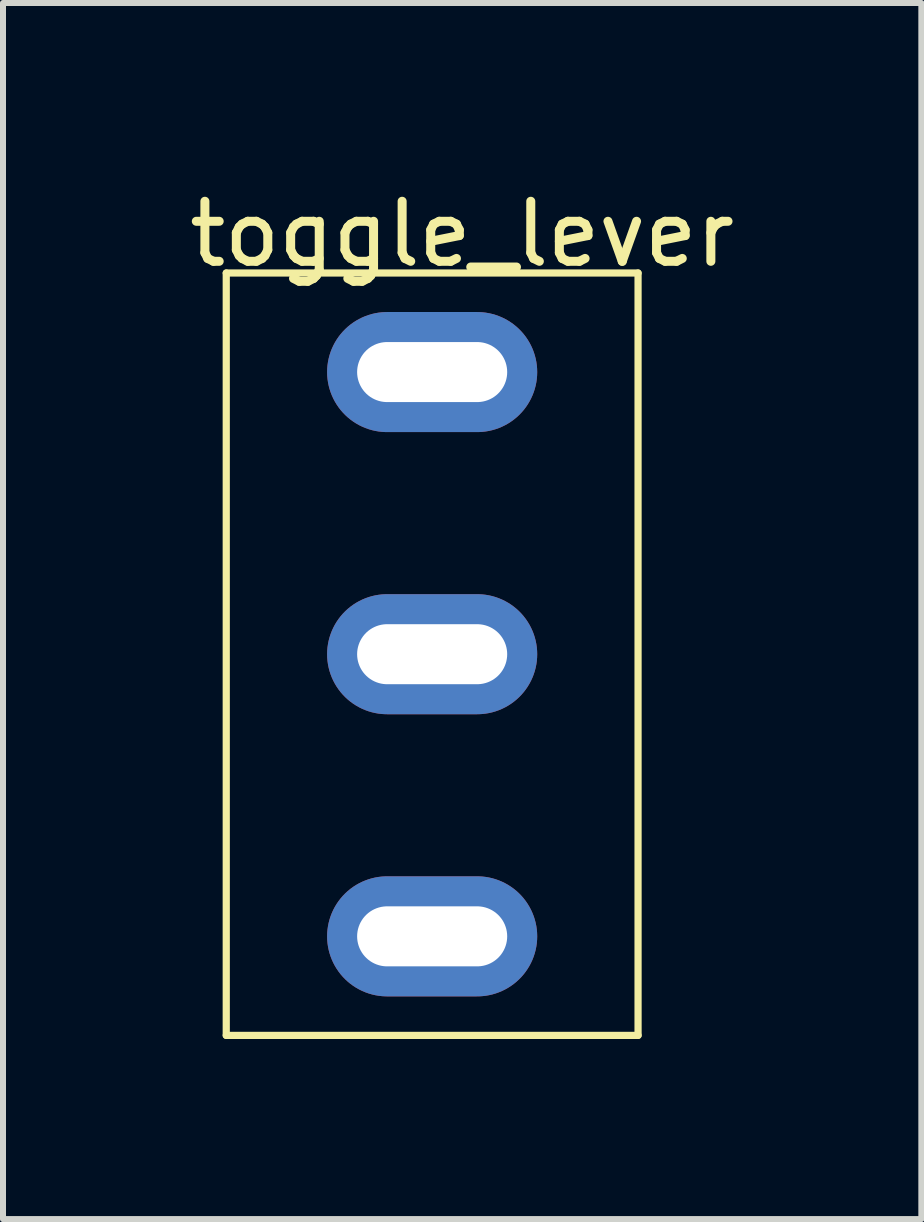
<source format=kicad_pcb>
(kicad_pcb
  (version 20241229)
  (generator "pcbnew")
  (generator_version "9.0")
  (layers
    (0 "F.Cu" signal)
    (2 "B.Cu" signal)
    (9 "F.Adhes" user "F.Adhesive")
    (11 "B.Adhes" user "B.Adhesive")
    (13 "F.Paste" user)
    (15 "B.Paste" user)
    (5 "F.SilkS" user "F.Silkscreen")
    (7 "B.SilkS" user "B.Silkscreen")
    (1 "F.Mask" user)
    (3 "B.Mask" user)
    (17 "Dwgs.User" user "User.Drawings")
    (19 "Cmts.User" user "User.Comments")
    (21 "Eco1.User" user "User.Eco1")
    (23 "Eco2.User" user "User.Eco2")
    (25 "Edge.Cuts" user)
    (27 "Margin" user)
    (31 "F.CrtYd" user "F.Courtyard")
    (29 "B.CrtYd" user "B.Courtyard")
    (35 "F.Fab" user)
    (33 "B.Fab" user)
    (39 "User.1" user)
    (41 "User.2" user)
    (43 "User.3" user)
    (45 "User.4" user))
  (footprint "toggle_lever"
    (layer "F.Cu")
    (at 4.149 7.848)
    (property "Reference" "toggle_lever" (at 0.5 -7 0) (unlocked yes) (layer "F.SilkS") (effects (font (size 1 1) (thickness 0.15))))
    (attr through_hole)
    (fp_line (start -3.43 -6.35) (end 3.43 -6.35) (stroke (width 0.12) (type solid)) (layer "F.SilkS"))
    (fp_line (start -3.43 6.35) (end -3.43 -6.35) (stroke (width 0.12) (type solid)) (layer "F.SilkS"))
    (fp_line (start 3.43 -6.35) (end 3.43 6.35) (stroke (width 0.12) (type solid)) (layer "F.SilkS"))
    (fp_line (start 3.43 6.35) (end -3.43 6.35) (stroke (width 0.12) (type solid)) (layer "F.SilkS"))
    (pad "1" thru_hole oval (at 0 -4.7) (size 3.5 2) (drill oval 2.5 1) (layers "*.Cu" "*.Mask"))
    (pad "2" thru_hole oval (at 0 0) (size 3.5 2) (drill oval 2.5 1) (layers "*.Cu" "*.Mask"))
    (pad "3" thru_hole oval (at 0 4.7) (size 3.5 2) (drill oval 2.5 1) (layers "*.Cu" "*.Mask")))
  (gr_rect
    (start -3 -3)
    (end 12.298 17.258)
    (stroke (width 0.1) (type default))
    (fill no)
    (layer "Edge.Cuts")))
</source>
